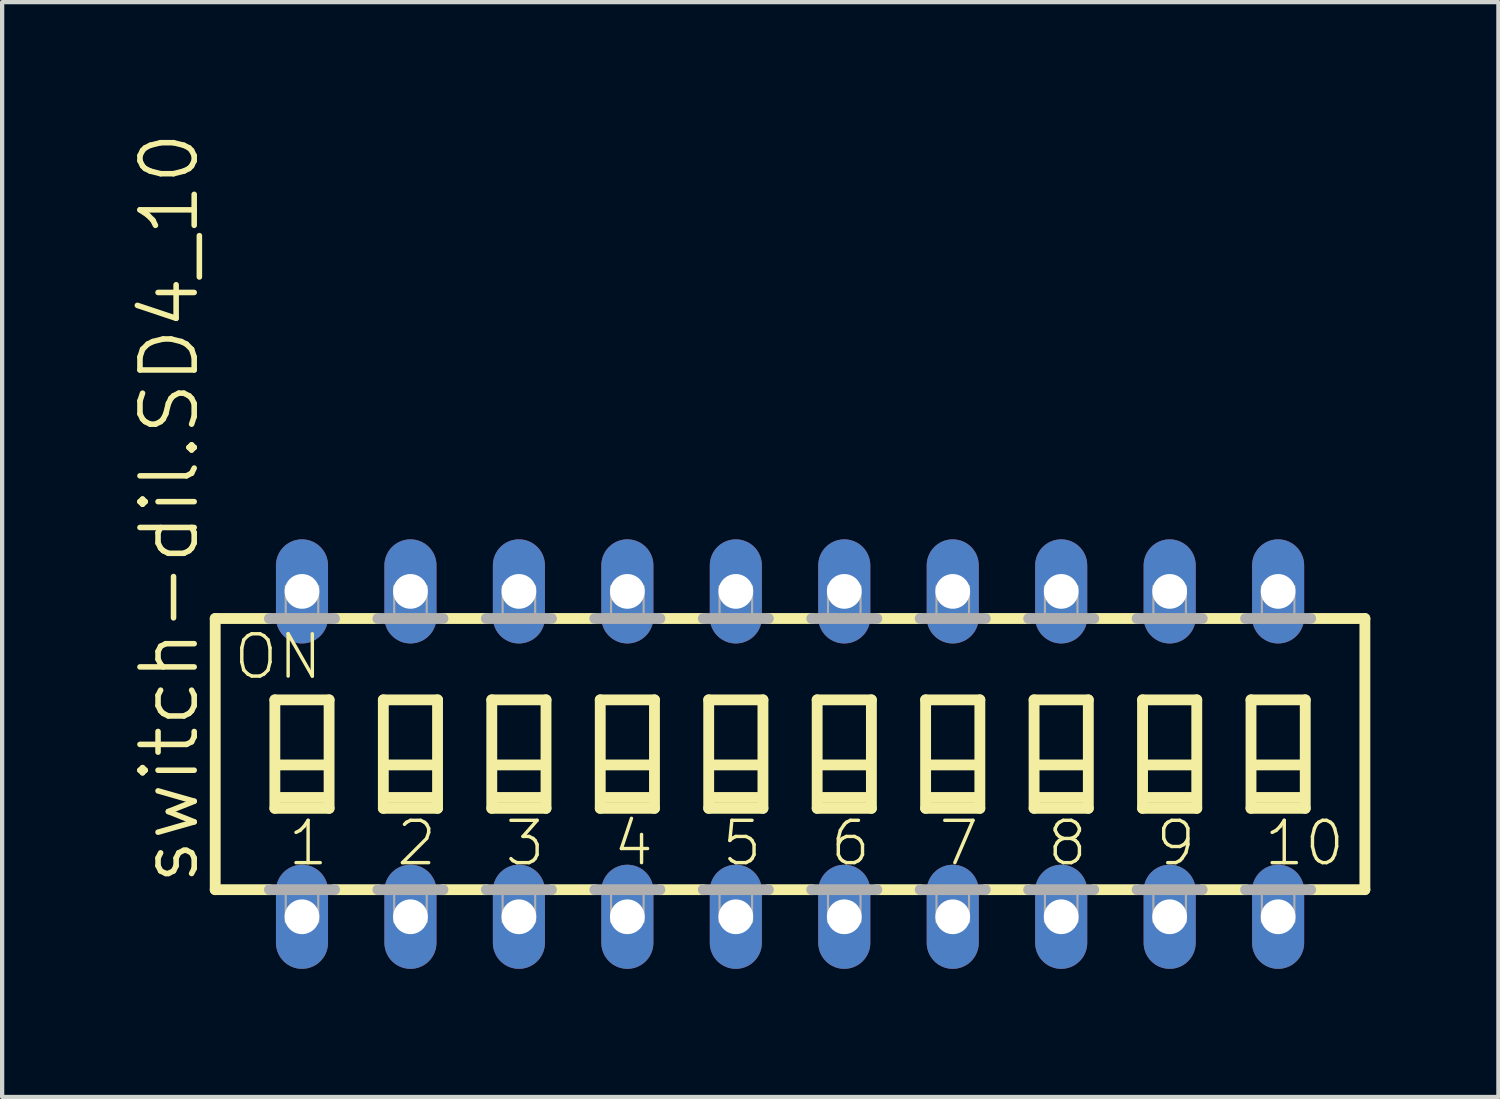
<source format=kicad_pcb>
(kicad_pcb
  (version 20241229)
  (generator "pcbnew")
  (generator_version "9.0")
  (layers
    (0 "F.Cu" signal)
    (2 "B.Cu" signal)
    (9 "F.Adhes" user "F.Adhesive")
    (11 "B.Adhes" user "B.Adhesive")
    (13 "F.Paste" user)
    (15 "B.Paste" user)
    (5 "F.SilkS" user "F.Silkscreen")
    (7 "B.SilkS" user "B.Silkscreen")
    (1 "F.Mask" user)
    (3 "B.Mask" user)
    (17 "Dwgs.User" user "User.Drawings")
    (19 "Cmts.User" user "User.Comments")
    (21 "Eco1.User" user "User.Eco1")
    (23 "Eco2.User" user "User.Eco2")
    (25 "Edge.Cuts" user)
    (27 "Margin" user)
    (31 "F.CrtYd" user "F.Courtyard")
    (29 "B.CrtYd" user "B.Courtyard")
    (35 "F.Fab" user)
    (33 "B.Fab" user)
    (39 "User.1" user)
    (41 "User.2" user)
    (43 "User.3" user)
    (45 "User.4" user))
  (footprint "switch-dil.SD4_10"
    (layer "F.Cu")
    (at 15.452 14.61)
    (property "Reference" "switch-dil.SD4_10" (at -13.792 3.124 90) (layer "F.SilkS") (effects (font (size 1.27 1.27) (thickness 0.13)) (justify left bottom)))
    (attr through_hole)
    (fp_line (start -13.462 -3.175) (end -13.462 3.175) (stroke (width 0.254) (type default)) (layer "F.SilkS"))
    (fp_line (start -13.462 -3.175) (end -12.192 -3.175) (stroke (width 0.254) (type default)) (layer "F.SilkS"))
    (fp_line (start -13.462 3.175) (end -12.192 3.175) (stroke (width 0.254) (type default)) (layer "F.SilkS"))
    (fp_line (start -12.065 -1.27) (end -12.065 1.27) (stroke (width 0.254) (type default)) (layer "F.SilkS"))
    (fp_line (start -12.065 1.27) (end -10.795 1.27) (stroke (width 0.254) (type default)) (layer "F.SilkS"))
    (fp_line (start -11.938 0.254) (end -10.922 0.254) (stroke (width 0.254) (type default)) (layer "F.SilkS"))
    (fp_line (start -10.922 1.016) (end -11.938 1.016) (stroke (width 0.254) (type default)) (layer "F.SilkS"))
    (fp_line (start -10.795 -1.27) (end -12.065 -1.27) (stroke (width 0.254) (type default)) (layer "F.SilkS"))
    (fp_line (start -10.795 1.27) (end -10.795 -1.27) (stroke (width 0.254) (type default)) (layer "F.SilkS"))
    (fp_line (start -10.668 -3.175) (end -9.652 -3.175) (stroke (width 0.254) (type default)) (layer "F.SilkS"))
    (fp_line (start -10.668 3.175) (end -9.652 3.175) (stroke (width 0.254) (type default)) (layer "F.SilkS"))
    (fp_line (start -9.525 -1.27) (end -9.525 1.27) (stroke (width 0.254) (type default)) (layer "F.SilkS"))
    (fp_line (start -9.525 1.27) (end -8.255 1.27) (stroke (width 0.254) (type default)) (layer "F.SilkS"))
    (fp_line (start -9.398 0.254) (end -8.382 0.254) (stroke (width 0.254) (type default)) (layer "F.SilkS"))
    (fp_line (start -8.382 1.016) (end -9.398 1.016) (stroke (width 0.254) (type default)) (layer "F.SilkS"))
    (fp_line (start -8.255 -1.27) (end -9.525 -1.27) (stroke (width 0.254) (type default)) (layer "F.SilkS"))
    (fp_line (start -8.255 1.27) (end -8.255 -1.27) (stroke (width 0.254) (type default)) (layer "F.SilkS"))
    (fp_line (start -8.128 -3.175) (end -7.112 -3.175) (stroke (width 0.254) (type default)) (layer "F.SilkS"))
    (fp_line (start -8.128 3.175) (end -7.112 3.175) (stroke (width 0.254) (type default)) (layer "F.SilkS"))
    (fp_line (start -6.985 -1.27) (end -6.985 1.27) (stroke (width 0.254) (type default)) (layer "F.SilkS"))
    (fp_line (start -6.985 1.27) (end -5.715 1.27) (stroke (width 0.254) (type default)) (layer "F.SilkS"))
    (fp_line (start -6.858 0.254) (end -5.842 0.254) (stroke (width 0.254) (type default)) (layer "F.SilkS"))
    (fp_line (start -5.842 1.016) (end -6.858 1.016) (stroke (width 0.254) (type default)) (layer "F.SilkS"))
    (fp_line (start -5.715 -1.27) (end -6.985 -1.27) (stroke (width 0.254) (type default)) (layer "F.SilkS"))
    (fp_line (start -5.715 1.27) (end -5.715 -1.27) (stroke (width 0.254) (type default)) (layer "F.SilkS"))
    (fp_line (start -5.588 -3.175) (end -4.572 -3.175) (stroke (width 0.254) (type default)) (layer "F.SilkS"))
    (fp_line (start -5.588 3.175) (end -4.572 3.175) (stroke (width 0.254) (type default)) (layer "F.SilkS"))
    (fp_line (start -4.445 -1.27) (end -4.445 1.27) (stroke (width 0.254) (type default)) (layer "F.SilkS"))
    (fp_line (start -4.445 1.27) (end -3.175 1.27) (stroke (width 0.254) (type default)) (layer "F.SilkS"))
    (fp_line (start -4.318 0.254) (end -3.302 0.254) (stroke (width 0.254) (type default)) (layer "F.SilkS"))
    (fp_line (start -3.302 1.016) (end -4.318 1.016) (stroke (width 0.254) (type default)) (layer "F.SilkS"))
    (fp_line (start -3.175 -1.27) (end -4.445 -1.27) (stroke (width 0.254) (type default)) (layer "F.SilkS"))
    (fp_line (start -3.175 1.27) (end -3.175 -1.27) (stroke (width 0.254) (type default)) (layer "F.SilkS"))
    (fp_line (start -3.048 -3.175) (end -2.032 -3.175) (stroke (width 0.254) (type default)) (layer "F.SilkS"))
    (fp_line (start -3.048 3.175) (end -2.032 3.175) (stroke (width 0.254) (type default)) (layer "F.SilkS"))
    (fp_line (start -1.905 -1.27) (end -1.905 1.27) (stroke (width 0.254) (type default)) (layer "F.SilkS"))
    (fp_line (start -1.905 1.27) (end -0.635 1.27) (stroke (width 0.254) (type default)) (layer "F.SilkS"))
    (fp_line (start -1.778 0.254) (end -0.762 0.254) (stroke (width 0.254) (type default)) (layer "F.SilkS"))
    (fp_line (start -0.762 1.016) (end -1.778 1.016) (stroke (width 0.254) (type default)) (layer "F.SilkS"))
    (fp_line (start -0.635 -1.27) (end -1.905 -1.27) (stroke (width 0.254) (type default)) (layer "F.SilkS"))
    (fp_line (start -0.635 1.27) (end -0.635 -1.27) (stroke (width 0.254) (type default)) (layer "F.SilkS"))
    (fp_line (start -0.508 -3.175) (end 0.508 -3.175) (stroke (width 0.254) (type default)) (layer "F.SilkS"))
    (fp_line (start -0.508 3.175) (end 0.508 3.175) (stroke (width 0.254) (type default)) (layer "F.SilkS"))
    (fp_line (start 0.635 -1.27) (end 0.635 1.27) (stroke (width 0.254) (type default)) (layer "F.SilkS"))
    (fp_line (start 0.635 1.27) (end 1.905 1.27) (stroke (width 0.254) (type default)) (layer "F.SilkS"))
    (fp_line (start 0.762 0.254) (end 1.778 0.254) (stroke (width 0.254) (type default)) (layer "F.SilkS"))
    (fp_line (start 1.778 1.016) (end 0.762 1.016) (stroke (width 0.254) (type default)) (layer "F.SilkS"))
    (fp_line (start 1.905 -1.27) (end 0.635 -1.27) (stroke (width 0.254) (type default)) (layer "F.SilkS"))
    (fp_line (start 1.905 1.27) (end 1.905 -1.27) (stroke (width 0.254) (type default)) (layer "F.SilkS"))
    (fp_line (start 2.032 -3.175) (end 3.048 -3.175) (stroke (width 0.254) (type default)) (layer "F.SilkS"))
    (fp_line (start 2.032 3.175) (end 3.048 3.175) (stroke (width 0.254) (type default)) (layer "F.SilkS"))
    (fp_line (start 3.175 -1.27) (end 3.175 1.27) (stroke (width 0.254) (type default)) (layer "F.SilkS"))
    (fp_line (start 3.175 1.27) (end 4.445 1.27) (stroke (width 0.254) (type default)) (layer "F.SilkS"))
    (fp_line (start 3.302 0.254) (end 4.318 0.254) (stroke (width 0.254) (type default)) (layer "F.SilkS"))
    (fp_line (start 4.318 1.016) (end 3.302 1.016) (stroke (width 0.254) (type default)) (layer "F.SilkS"))
    (fp_line (start 4.445 -1.27) (end 3.175 -1.27) (stroke (width 0.254) (type default)) (layer "F.SilkS"))
    (fp_line (start 4.445 1.27) (end 4.445 -1.27) (stroke (width 0.254) (type default)) (layer "F.SilkS"))
    (fp_line (start 4.572 -3.175) (end 5.588 -3.175) (stroke (width 0.254) (type default)) (layer "F.SilkS"))
    (fp_line (start 4.572 3.175) (end 5.588 3.175) (stroke (width 0.254) (type default)) (layer "F.SilkS"))
    (fp_line (start 5.715 -1.27) (end 5.715 1.27) (stroke (width 0.254) (type default)) (layer "F.SilkS"))
    (fp_line (start 5.715 1.27) (end 6.985 1.27) (stroke (width 0.254) (type default)) (layer "F.SilkS"))
    (fp_line (start 5.842 0.254) (end 6.858 0.254) (stroke (width 0.254) (type default)) (layer "F.SilkS"))
    (fp_line (start 6.858 1.016) (end 5.842 1.016) (stroke (width 0.254) (type default)) (layer "F.SilkS"))
    (fp_line (start 6.985 -1.27) (end 5.715 -1.27) (stroke (width 0.254) (type default)) (layer "F.SilkS"))
    (fp_line (start 6.985 1.27) (end 6.985 -1.27) (stroke (width 0.254) (type default)) (layer "F.SilkS"))
    (fp_line (start 7.112 -3.175) (end 8.128 -3.175) (stroke (width 0.254) (type default)) (layer "F.SilkS"))
    (fp_line (start 7.112 3.175) (end 8.128 3.175) (stroke (width 0.254) (type default)) (layer "F.SilkS"))
    (fp_line (start 8.255 -1.27) (end 8.255 1.27) (stroke (width 0.254) (type default)) (layer "F.SilkS"))
    (fp_line (start 8.255 1.27) (end 9.525 1.27) (stroke (width 0.254) (type default)) (layer "F.SilkS"))
    (fp_line (start 8.382 0.254) (end 9.398 0.254) (stroke (width 0.254) (type default)) (layer "F.SilkS"))
    (fp_line (start 9.398 1.016) (end 8.382 1.016) (stroke (width 0.254) (type default)) (layer "F.SilkS"))
    (fp_line (start 9.525 -1.27) (end 8.255 -1.27) (stroke (width 0.254) (type default)) (layer "F.SilkS"))
    (fp_line (start 9.525 1.27) (end 9.525 -1.27) (stroke (width 0.254) (type default)) (layer "F.SilkS"))
    (fp_line (start 9.652 -3.175) (end 10.668 -3.175) (stroke (width 0.254) (type default)) (layer "F.SilkS"))
    (fp_line (start 9.652 3.175) (end 10.668 3.175) (stroke (width 0.254) (type default)) (layer "F.SilkS"))
    (fp_line (start 10.795 -1.27) (end 10.795 1.27) (stroke (width 0.254) (type default)) (layer "F.SilkS"))
    (fp_line (start 10.795 1.27) (end 12.065 1.27) (stroke (width 0.254) (type default)) (layer "F.SilkS"))
    (fp_line (start 10.922 0.254) (end 11.938 0.254) (stroke (width 0.254) (type default)) (layer "F.SilkS"))
    (fp_line (start 11.938 1.016) (end 10.922 1.016) (stroke (width 0.254) (type default)) (layer "F.SilkS"))
    (fp_line (start 12.065 -1.27) (end 10.795 -1.27) (stroke (width 0.254) (type default)) (layer "F.SilkS"))
    (fp_line (start 12.065 1.27) (end 12.065 -1.27) (stroke (width 0.254) (type default)) (layer "F.SilkS"))
    (fp_line (start 13.462 -3.175) (end 12.192 -3.175) (stroke (width 0.254) (type default)) (layer "F.SilkS"))
    (fp_line (start 13.462 3.175) (end 12.192 3.175) (stroke (width 0.254) (type default)) (layer "F.SilkS"))
    (fp_line (start 13.462 3.175) (end 13.462 -3.175) (stroke (width 0.254) (type default)) (layer "F.SilkS"))
    (fp_line (start -12.192 -3.175) (end -10.668 -3.175) (stroke (width 0.254) (type default)) (layer "F.Fab"))
    (fp_line (start -10.668 3.175) (end -12.192 3.175) (stroke (width 0.254) (type default)) (layer "F.Fab"))
    (fp_line (start -9.652 -3.175) (end -8.128 -3.175) (stroke (width 0.254) (type default)) (layer "F.Fab"))
    (fp_line (start -8.128 3.175) (end -9.652 3.175) (stroke (width 0.254) (type default)) (layer "F.Fab"))
    (fp_line (start -7.112 -3.175) (end -5.588 -3.175) (stroke (width 0.254) (type default)) (layer "F.Fab"))
    (fp_line (start -5.588 3.175) (end -7.112 3.175) (stroke (width 0.254) (type default)) (layer "F.Fab"))
    (fp_line (start -4.572 -3.175) (end -3.048 -3.175) (stroke (width 0.254) (type default)) (layer "F.Fab"))
    (fp_line (start -3.048 3.175) (end -4.572 3.175) (stroke (width 0.254) (type default)) (layer "F.Fab"))
    (fp_line (start -2.032 -3.175) (end -0.508 -3.175) (stroke (width 0.254) (type default)) (layer "F.Fab"))
    (fp_line (start -0.508 3.175) (end -2.032 3.175) (stroke (width 0.254) (type default)) (layer "F.Fab"))
    (fp_line (start 0.508 -3.175) (end 2.032 -3.175) (stroke (width 0.254) (type default)) (layer "F.Fab"))
    (fp_line (start 2.032 3.175) (end 0.508 3.175) (stroke (width 0.254) (type default)) (layer "F.Fab"))
    (fp_line (start 3.048 -3.175) (end 4.572 -3.175) (stroke (width 0.254) (type default)) (layer "F.Fab"))
    (fp_line (start 4.572 3.175) (end 3.048 3.175) (stroke (width 0.254) (type default)) (layer "F.Fab"))
    (fp_line (start 5.588 -3.175) (end 7.112 -3.175) (stroke (width 0.254) (type default)) (layer "F.Fab"))
    (fp_line (start 7.112 3.175) (end 5.588 3.175) (stroke (width 0.254) (type default)) (layer "F.Fab"))
    (fp_line (start 8.128 -3.175) (end 9.652 -3.175) (stroke (width 0.254) (type default)) (layer "F.Fab"))
    (fp_line (start 9.652 3.175) (end 8.128 3.175) (stroke (width 0.254) (type default)) (layer "F.Fab"))
    (fp_line (start 10.668 -3.175) (end 12.192 -3.175) (stroke (width 0.254) (type default)) (layer "F.Fab"))
    (fp_line (start 12.192 3.175) (end 10.668 3.175) (stroke (width 0.254) (type default)) (layer "F.Fab"))
    (fp_rect (start -11.811 -3.175) (end -11.049 -3.937) (stroke (width 0.05) (type default)) (fill no) (layer "F.Fab"))
    (fp_rect (start -11.811 3.937) (end -11.049 3.175) (stroke (width 0.05) (type default)) (fill no) (layer "F.Fab"))
    (fp_rect (start -9.271 -3.175) (end -8.509 -3.937) (stroke (width 0.05) (type default)) (fill no) (layer "F.Fab"))
    (fp_rect (start -9.271 3.937) (end -8.509 3.175) (stroke (width 0.05) (type default)) (fill no) (layer "F.Fab"))
    (fp_rect (start -6.731 -3.175) (end -5.969 -3.937) (stroke (width 0.05) (type default)) (fill no) (layer "F.Fab"))
    (fp_rect (start -6.731 3.937) (end -5.969 3.175) (stroke (width 0.05) (type default)) (fill no) (layer "F.Fab"))
    (fp_rect (start -4.191 -3.175) (end -3.429 -3.937) (stroke (width 0.05) (type default)) (fill no) (layer "F.Fab"))
    (fp_rect (start -4.191 3.937) (end -3.429 3.175) (stroke (width 0.05) (type default)) (fill no) (layer "F.Fab"))
    (fp_rect (start -1.651 -3.175) (end -0.889 -3.937) (stroke (width 0.05) (type default)) (fill no) (layer "F.Fab"))
    (fp_rect (start -1.651 3.937) (end -0.889 3.175) (stroke (width 0.05) (type default)) (fill no) (layer "F.Fab"))
    (fp_rect (start 0.889 -3.175) (end 1.651 -3.937) (stroke (width 0.05) (type default)) (fill no) (layer "F.Fab"))
    (fp_rect (start 0.889 3.937) (end 1.651 3.175) (stroke (width 0.05) (type default)) (fill no) (layer "F.Fab"))
    (fp_rect (start 3.429 -3.175) (end 4.191 -3.937) (stroke (width 0.05) (type default)) (fill no) (layer "F.Fab"))
    (fp_rect (start 3.429 3.937) (end 4.191 3.175) (stroke (width 0.05) (type default)) (fill no) (layer "F.Fab"))
    (fp_rect (start 5.969 -3.175) (end 6.731 -3.937) (stroke (width 0.05) (type default)) (fill no) (layer "F.Fab"))
    (fp_rect (start 5.969 3.937) (end 6.731 3.175) (stroke (width 0.05) (type default)) (fill no) (layer "F.Fab"))
    (fp_rect (start 8.509 -3.175) (end 9.271 -3.937) (stroke (width 0.05) (type default)) (fill no) (layer "F.Fab"))
    (fp_rect (start 8.509 3.937) (end 9.271 3.175) (stroke (width 0.05) (type default)) (fill no) (layer "F.Fab"))
    (fp_rect (start 11.049 -3.175) (end 11.811 -3.937) (stroke (width 0.05) (type default)) (fill no) (layer "F.Fab"))
    (fp_rect (start 11.049 3.937) (end 11.811 3.175) (stroke (width 0.05) (type default)) (fill no) (layer "F.Fab"))
    (fp_text user "6" (at 0.889 2.667 0) (layer "F.SilkS") (effects (font (size 0.991 0.991) (thickness 0.08)) (justify left bottom)))
    (fp_text user "10" (at 11.049 2.667 0) (layer "F.SilkS") (effects (font (size 0.991 0.991) (thickness 0.08)) (justify left bottom)))
    (fp_text user "3" (at -6.731 2.667 0) (layer "F.SilkS") (effects (font (size 0.991 0.991) (thickness 0.08)) (justify left bottom)))
    (fp_text user "8" (at 5.969 2.667 0) (layer "F.SilkS") (effects (font (size 0.991 0.991) (thickness 0.08)) (justify left bottom)))
    (fp_text user "7" (at 3.429 2.667 0) (layer "F.SilkS") (effects (font (size 0.991 0.991) (thickness 0.08)) (justify left bottom)))
    (fp_text user "ON" (at -13.081 -1.702 0) (layer "F.SilkS") (effects (font (size 0.991 0.991) (thickness 0.08)) (justify left bottom)))
    (fp_text user "1" (at -11.811 2.667 0) (layer "F.SilkS") (effects (font (size 0.991 0.991) (thickness 0.08)) (justify left bottom)))
    (fp_text user "5" (at -1.651 2.667 0) (layer "F.SilkS") (effects (font (size 0.991 0.991) (thickness 0.08)) (justify left bottom)))
    (fp_text user "4" (at -4.191 2.667 0) (layer "F.SilkS") (effects (font (size 0.991 0.991) (thickness 0.08)) (justify left bottom)))
    (fp_text user "2" (at -9.271 2.667 0) (layer "F.SilkS") (effects (font (size 0.991 0.991) (thickness 0.08)) (justify left bottom)))
    (fp_text user "9" (at 8.509 2.667 0) (layer "F.SilkS") (effects (font (size 0.991 0.991) (thickness 0.08)) (justify left bottom)))
    (pad "1" thru_hole oval (at -11.43 3.81 90) (size 2.438 1.219) (drill 0.813) (layers "*.Cu" "*.Mask"))
    (pad "2" thru_hole oval (at -8.89 3.81 90) (size 2.438 1.219) (drill 0.813) (layers "*.Cu" "*.Mask"))
    (pad "3" thru_hole oval (at -6.35 3.81 90) (size 2.438 1.219) (drill 0.813) (layers "*.Cu" "*.Mask"))
    (pad "4" thru_hole oval (at -3.81 3.81 90) (size 2.438 1.219) (drill 0.813) (layers "*.Cu" "*.Mask"))
    (pad "5" thru_hole oval (at -1.27 3.81 90) (size 2.438 1.219) (drill 0.813) (layers "*.Cu" "*.Mask"))
    (pad "6" thru_hole oval (at 1.27 3.81 90) (size 2.438 1.219) (drill 0.813) (layers "*.Cu" "*.Mask"))
    (pad "7" thru_hole oval (at 3.81 3.81 90) (size 2.438 1.219) (drill 0.813) (layers "*.Cu" "*.Mask"))
    (pad "8" thru_hole oval (at 6.35 3.81 90) (size 2.438 1.219) (drill 0.813) (layers "*.Cu" "*.Mask"))
    (pad "9" thru_hole oval (at 8.89 3.81 90) (size 2.438 1.219) (drill 0.813) (layers "*.Cu" "*.Mask"))
    (pad "10" thru_hole oval (at 11.43 3.81 90) (size 2.438 1.219) (drill 0.813) (layers "*.Cu" "*.Mask"))
    (pad "11" thru_hole oval (at 11.43 -3.81 90) (size 2.438 1.219) (drill 0.813) (layers "*.Cu" "*.Mask"))
    (pad "12" thru_hole oval (at 8.89 -3.81 90) (size 2.438 1.219) (drill 0.813) (layers "*.Cu" "*.Mask"))
    (pad "13" thru_hole oval (at 6.35 -3.81 90) (size 2.438 1.219) (drill 0.813) (layers "*.Cu" "*.Mask"))
    (pad "14" thru_hole oval (at 3.81 -3.81 90) (size 2.438 1.219) (drill 0.813) (layers "*.Cu" "*.Mask"))
    (pad "15" thru_hole oval (at 1.27 -3.81 90) (size 2.438 1.219) (drill 0.813) (layers "*.Cu" "*.Mask"))
    (pad "16" thru_hole oval (at -1.27 -3.81 90) (size 2.438 1.219) (drill 0.813) (layers "*.Cu" "*.Mask"))
    (pad "17" thru_hole oval (at -3.81 -3.81 90) (size 2.438 1.219) (drill 0.813) (layers "*.Cu" "*.Mask"))
    (pad "18" thru_hole oval (at -6.35 -3.81 90) (size 2.438 1.219) (drill 0.813) (layers "*.Cu" "*.Mask"))
    (pad "19" thru_hole oval (at -8.89 -3.81 90) (size 2.438 1.219) (drill 0.813) (layers "*.Cu" "*.Mask"))
    (pad "20" thru_hole oval (at -11.43 -3.81 90) (size 2.438 1.219) (drill 0.813) (layers "*.Cu" "*.Mask")))
  (gr_rect
    (start -3 -3)
    (end 32.041 22.64)
    (stroke (width 0.1) (type default))
    (fill no)
    (layer "Edge.Cuts")))
</source>
